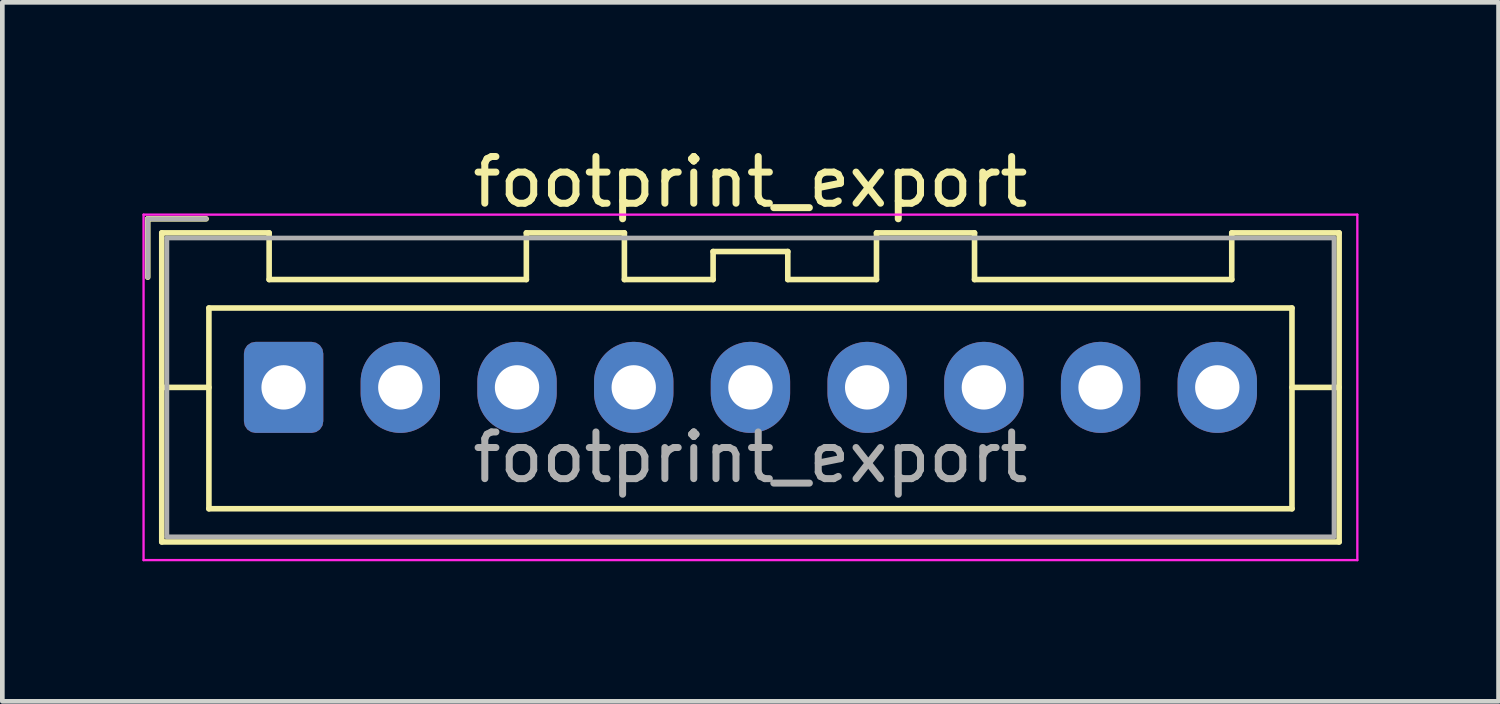
<source format=kicad_pcb>
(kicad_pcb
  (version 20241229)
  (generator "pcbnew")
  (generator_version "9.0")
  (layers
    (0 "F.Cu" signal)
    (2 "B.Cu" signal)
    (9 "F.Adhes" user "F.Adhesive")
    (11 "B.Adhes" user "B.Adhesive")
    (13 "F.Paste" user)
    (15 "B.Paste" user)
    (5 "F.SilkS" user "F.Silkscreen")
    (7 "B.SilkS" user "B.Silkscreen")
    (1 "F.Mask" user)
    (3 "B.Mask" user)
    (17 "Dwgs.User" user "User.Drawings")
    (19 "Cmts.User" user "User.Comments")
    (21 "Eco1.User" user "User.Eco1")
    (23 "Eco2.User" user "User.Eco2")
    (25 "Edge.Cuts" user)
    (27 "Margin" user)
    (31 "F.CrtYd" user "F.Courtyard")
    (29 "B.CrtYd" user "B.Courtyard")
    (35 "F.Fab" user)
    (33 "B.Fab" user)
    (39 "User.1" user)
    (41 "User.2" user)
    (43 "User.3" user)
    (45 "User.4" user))
  (footprint "footprint_export"
    (layer "F.Cu")
    (at 3.025 5.248)
    (property "Reference" "footprint_export" (at 10 -4.4 0) (layer "F.SilkS") (effects (font (size 1 1) (thickness 0.15))))
    (attr through_hole)
    (fp_line (start -2.91 -3.61) (end -2.91 -2.36) (stroke (width 0.12) (type solid)) (layer "F.SilkS"))
    (fp_line (start -2.61 -3.31) (end -2.61 3.31) (stroke (width 0.12) (type solid)) (layer "F.SilkS"))
    (fp_line (start -2.61 0) (end -1.6 0) (stroke (width 0.12) (type solid)) (layer "F.SilkS"))
    (fp_line (start -2.61 3.31) (end 22.61 3.31) (stroke (width 0.12) (type solid)) (layer "F.SilkS"))
    (fp_line (start -1.66 -3.61) (end -2.91 -3.61) (stroke (width 0.12) (type solid)) (layer "F.SilkS"))
    (fp_line (start -1.6 -1.7) (end -1.6 2.6) (stroke (width 0.12) (type solid)) (layer "F.SilkS"))
    (fp_line (start -1.6 2.6) (end 21.6 2.6) (stroke (width 0.12) (type solid)) (layer "F.SilkS"))
    (fp_line (start -0.31 -3.31) (end -2.61 -3.31) (stroke (width 0.12) (type solid)) (layer "F.SilkS"))
    (fp_line (start -0.31 -2.31) (end -0.31 -3.31) (stroke (width 0.12) (type solid)) (layer "F.SilkS"))
    (fp_line (start 5.2 -3.31) (end 5.2 -2.31) (stroke (width 0.12) (type solid)) (layer "F.SilkS"))
    (fp_line (start 5.2 -2.31) (end -0.31 -2.31) (stroke (width 0.12) (type solid)) (layer "F.SilkS"))
    (fp_line (start 7.3 -3.31) (end 5.2 -3.31) (stroke (width 0.12) (type solid)) (layer "F.SilkS"))
    (fp_line (start 7.3 -2.31) (end 7.3 -3.31) (stroke (width 0.12) (type solid)) (layer "F.SilkS"))
    (fp_line (start 9.2 -2.91) (end 9.2 -2.31) (stroke (width 0.12) (type solid)) (layer "F.SilkS"))
    (fp_line (start 9.2 -2.31) (end 7.3 -2.31) (stroke (width 0.12) (type solid)) (layer "F.SilkS"))
    (fp_line (start 10.8 -2.91) (end 9.2 -2.91) (stroke (width 0.12) (type solid)) (layer "F.SilkS"))
    (fp_line (start 10.8 -2.31) (end 10.8 -2.91) (stroke (width 0.12) (type solid)) (layer "F.SilkS"))
    (fp_line (start 12.7 -3.31) (end 12.7 -2.31) (stroke (width 0.12) (type solid)) (layer "F.SilkS"))
    (fp_line (start 12.7 -2.31) (end 10.8 -2.31) (stroke (width 0.12) (type solid)) (layer "F.SilkS"))
    (fp_line (start 14.8 -3.31) (end 12.7 -3.31) (stroke (width 0.12) (type solid)) (layer "F.SilkS"))
    (fp_line (start 14.8 -2.31) (end 14.8 -3.31) (stroke (width 0.12) (type solid)) (layer "F.SilkS"))
    (fp_line (start 20.31 -3.31) (end 20.31 -2.31) (stroke (width 0.12) (type solid)) (layer "F.SilkS"))
    (fp_line (start 20.31 -2.31) (end 14.8 -2.31) (stroke (width 0.12) (type solid)) (layer "F.SilkS"))
    (fp_line (start 21.6 -1.7) (end -1.6 -1.7) (stroke (width 0.12) (type solid)) (layer "F.SilkS"))
    (fp_line (start 21.6 2.6) (end 21.6 -1.7) (stroke (width 0.12) (type solid)) (layer "F.SilkS"))
    (fp_line (start 22.61 -3.31) (end 20.31 -3.31) (stroke (width 0.12) (type solid)) (layer "F.SilkS"))
    (fp_line (start 22.61 0) (end 21.6 0) (stroke (width 0.12) (type solid)) (layer "F.SilkS"))
    (fp_line (start 22.61 3.31) (end 22.61 -3.31) (stroke (width 0.12) (type solid)) (layer "F.SilkS"))
    (fp_line (start -3 -3.7) (end -3 3.7) (stroke (width 0.05) (type solid)) (layer "F.CrtYd"))
    (fp_line (start -3 3.7) (end 23 3.7) (stroke (width 0.05) (type solid)) (layer "F.CrtYd"))
    (fp_line (start 23 -3.7) (end -3 -3.7) (stroke (width 0.05) (type solid)) (layer "F.CrtYd"))
    (fp_line (start 23 3.7) (end 23 -3.7) (stroke (width 0.05) (type solid)) (layer "F.CrtYd"))
    (fp_line (start -2.91 -3.61) (end -2.91 -2.36) (stroke (width 0.1) (type solid)) (layer "F.Fab"))
    (fp_line (start -2.5 -3.2) (end -2.5 3.2) (stroke (width 0.1) (type solid)) (layer "F.Fab"))
    (fp_line (start -2.5 3.2) (end 22.5 3.2) (stroke (width 0.1) (type solid)) (layer "F.Fab"))
    (fp_line (start -1.66 -3.61) (end -2.91 -3.61) (stroke (width 0.1) (type solid)) (layer "F.Fab"))
    (fp_line (start 22.5 -3.2) (end -2.5 -3.2) (stroke (width 0.1) (type solid)) (layer "F.Fab"))
    (fp_line (start 22.5 3.2) (end 22.5 -3.2) (stroke (width 0.1) (type solid)) (layer "F.Fab"))
    (fp_text user "${REFERENCE}" (at 10 1.5 0) (layer "F.Fab") (effects (font (size 1 1) (thickness 0.15))))
    (pad "1" thru_hole roundrect (at 0 0) (size 1.7 1.95) (drill 0.95) (layers "*.Cu" "*.Mask") (roundrect_rratio 0.147))
    (pad "2" thru_hole oval (at 2.5 0) (size 1.7 1.95) (drill 0.95) (layers "*.Cu" "*.Mask"))
    (pad "3" thru_hole oval (at 5 0) (size 1.7 1.95) (drill 0.95) (layers "*.Cu" "*.Mask"))
    (pad "4" thru_hole oval (at 7.5 0) (size 1.7 1.95) (drill 0.95) (layers "*.Cu" "*.Mask"))
    (pad "5" thru_hole oval (at 10 0) (size 1.7 1.95) (drill 0.95) (layers "*.Cu" "*.Mask"))
    (pad "6" thru_hole oval (at 12.5 0) (size 1.7 1.95) (drill 0.95) (layers "*.Cu" "*.Mask"))
    (pad "7" thru_hole oval (at 15 0) (size 1.7 1.95) (drill 0.95) (layers "*.Cu" "*.Mask"))
    (pad "8" thru_hole oval (at 17.5 0) (size 1.7 1.95) (drill 0.95) (layers "*.Cu" "*.Mask"))
    (pad "9" thru_hole oval (at 20 0) (size 1.7 1.95) (drill 0.95) (layers "*.Cu" "*.Mask")))
  (gr_rect
    (start -3 -3)
    (end 29.05 11.973)
    (stroke (width 0.1) (type default))
    (fill no)
    (layer "Edge.Cuts")))
</source>
